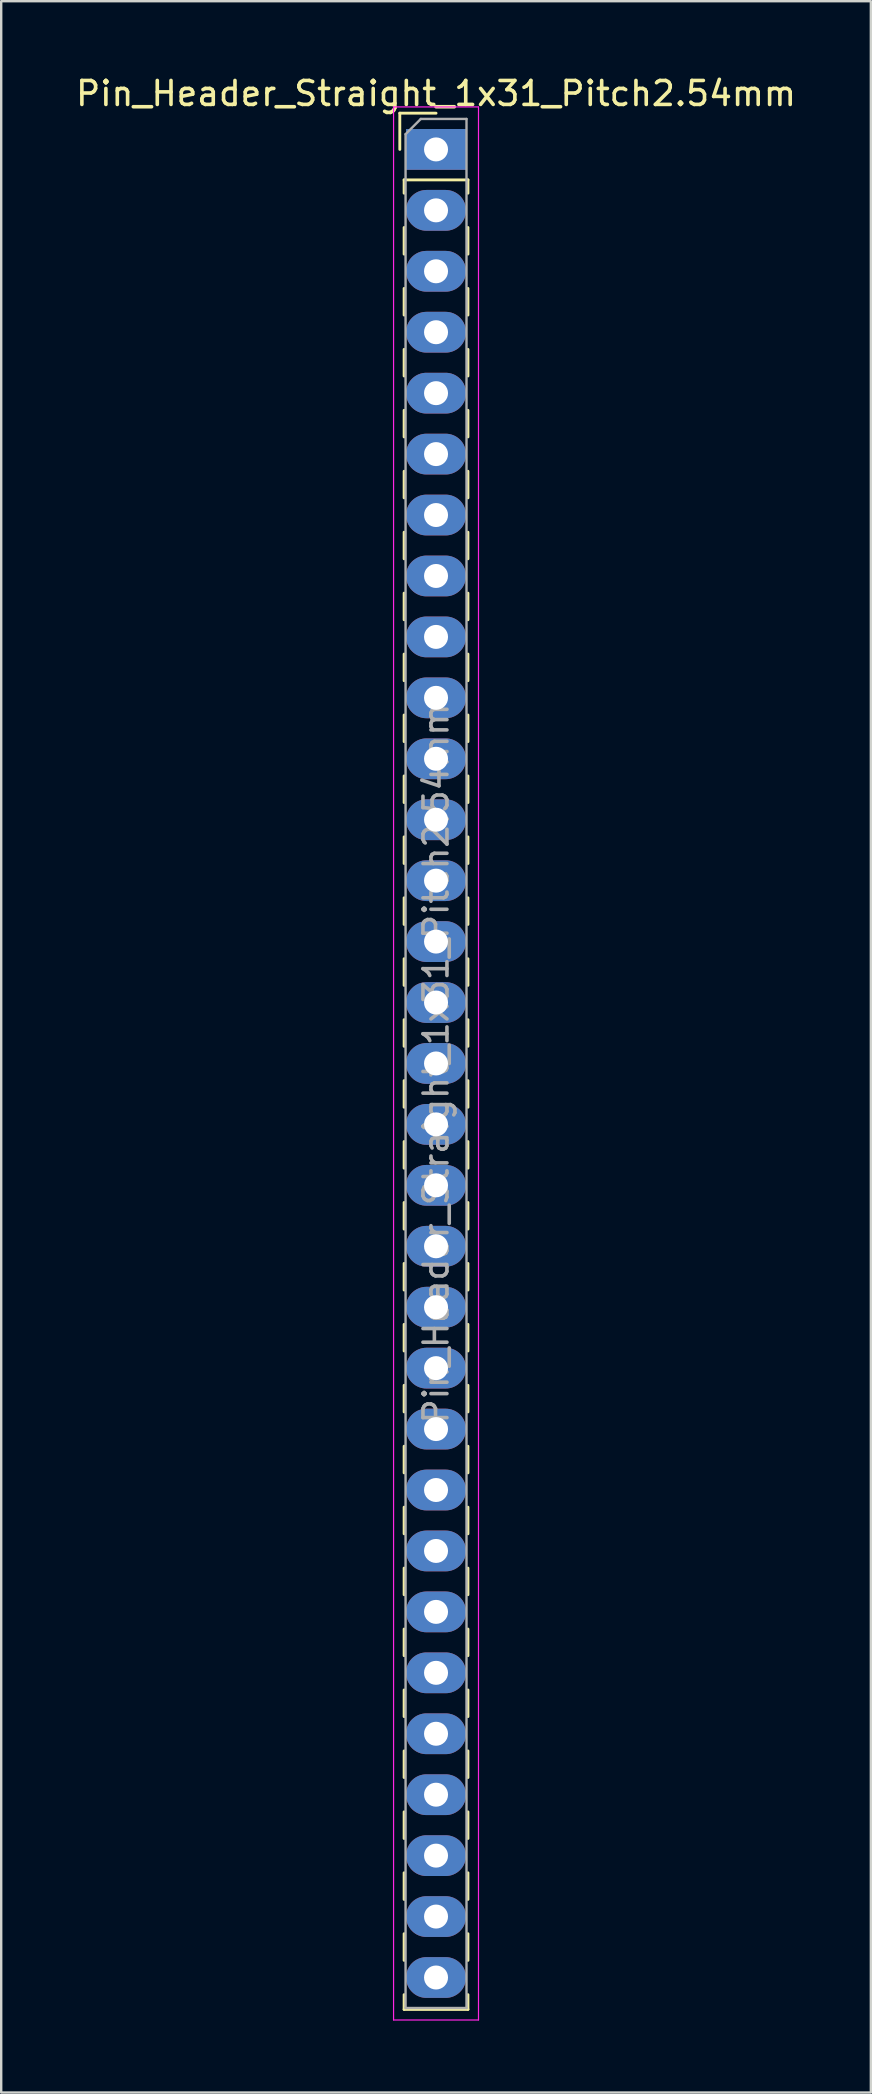
<source format=kicad_pcb>
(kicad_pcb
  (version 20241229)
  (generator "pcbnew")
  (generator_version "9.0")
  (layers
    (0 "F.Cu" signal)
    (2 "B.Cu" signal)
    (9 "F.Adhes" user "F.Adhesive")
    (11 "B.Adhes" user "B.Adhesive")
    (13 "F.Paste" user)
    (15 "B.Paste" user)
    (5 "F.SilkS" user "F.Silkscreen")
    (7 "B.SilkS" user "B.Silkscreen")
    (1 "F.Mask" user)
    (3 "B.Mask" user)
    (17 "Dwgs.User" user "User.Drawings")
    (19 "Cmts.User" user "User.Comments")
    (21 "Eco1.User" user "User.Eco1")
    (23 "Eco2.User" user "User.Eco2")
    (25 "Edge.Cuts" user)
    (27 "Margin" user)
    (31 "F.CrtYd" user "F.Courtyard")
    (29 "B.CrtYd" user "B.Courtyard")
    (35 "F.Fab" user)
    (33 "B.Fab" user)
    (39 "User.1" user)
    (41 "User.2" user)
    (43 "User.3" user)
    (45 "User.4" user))
  (footprint "Pin_Header_Straight_1x31_Pitch2.54mm"
    (layer "F.Cu")
    (at 15.125 3.178)
    (property "Reference" "Pin_Header_Straight_1x31_Pitch2.54mm" (at 0 -2.33 0) (layer "F.SilkS") (effects (font (size 1 1) (thickness 0.15))))
    (attr through_hole)
    (fp_line (start -1.51 -1.51) (end 0 -1.51) (stroke (width 0.12) (type solid)) (layer "F.SilkS"))
    (fp_line (start -1.51 0) (end -1.51 -1.51) (stroke (width 0.12) (type solid)) (layer "F.SilkS"))
    (fp_line (start -1.33 1.27) (end -1.33 1.825) (stroke (width 0.12) (type solid)) (layer "F.SilkS"))
    (fp_line (start -1.33 1.27) (end 1.33 1.27) (stroke (width 0.12) (type solid)) (layer "F.SilkS"))
    (fp_line (start -1.33 3.255) (end -1.33 4.365) (stroke (width 0.12) (type solid)) (layer "F.SilkS"))
    (fp_line (start -1.33 5.795) (end -1.33 6.905) (stroke (width 0.12) (type solid)) (layer "F.SilkS"))
    (fp_line (start -1.33 8.335) (end -1.33 9.445) (stroke (width 0.12) (type solid)) (layer "F.SilkS"))
    (fp_line (start -1.33 10.875) (end -1.33 11.985) (stroke (width 0.12) (type solid)) (layer "F.SilkS"))
    (fp_line (start -1.33 13.415) (end -1.33 14.525) (stroke (width 0.12) (type solid)) (layer "F.SilkS"))
    (fp_line (start -1.33 15.955) (end -1.33 17.065) (stroke (width 0.12) (type solid)) (layer "F.SilkS"))
    (fp_line (start -1.33 18.495) (end -1.33 19.605) (stroke (width 0.12) (type solid)) (layer "F.SilkS"))
    (fp_line (start -1.33 21.035) (end -1.33 22.145) (stroke (width 0.12) (type solid)) (layer "F.SilkS"))
    (fp_line (start -1.33 23.575) (end -1.33 24.685) (stroke (width 0.12) (type solid)) (layer "F.SilkS"))
    (fp_line (start -1.33 26.115) (end -1.33 27.225) (stroke (width 0.12) (type solid)) (layer "F.SilkS"))
    (fp_line (start -1.33 28.655) (end -1.33 29.765) (stroke (width 0.12) (type solid)) (layer "F.SilkS"))
    (fp_line (start -1.33 31.195) (end -1.33 32.305) (stroke (width 0.12) (type solid)) (layer "F.SilkS"))
    (fp_line (start -1.33 33.735) (end -1.33 34.845) (stroke (width 0.12) (type solid)) (layer "F.SilkS"))
    (fp_line (start -1.33 36.275) (end -1.33 37.385) (stroke (width 0.12) (type solid)) (layer "F.SilkS"))
    (fp_line (start -1.33 38.815) (end -1.33 39.925) (stroke (width 0.12) (type solid)) (layer "F.SilkS"))
    (fp_line (start -1.33 41.355) (end -1.33 42.465) (stroke (width 0.12) (type solid)) (layer "F.SilkS"))
    (fp_line (start -1.33 43.895) (end -1.33 45.005) (stroke (width 0.12) (type solid)) (layer "F.SilkS"))
    (fp_line (start -1.33 46.435) (end -1.33 47.545) (stroke (width 0.12) (type solid)) (layer "F.SilkS"))
    (fp_line (start -1.33 48.975) (end -1.33 50.085) (stroke (width 0.12) (type solid)) (layer "F.SilkS"))
    (fp_line (start -1.33 51.515) (end -1.33 52.625) (stroke (width 0.12) (type solid)) (layer "F.SilkS"))
    (fp_line (start -1.33 54.055) (end -1.33 55.165) (stroke (width 0.12) (type solid)) (layer "F.SilkS"))
    (fp_line (start -1.33 56.595) (end -1.33 57.705) (stroke (width 0.12) (type solid)) (layer "F.SilkS"))
    (fp_line (start -1.33 59.135) (end -1.33 60.245) (stroke (width 0.12) (type solid)) (layer "F.SilkS"))
    (fp_line (start -1.33 61.675) (end -1.33 62.785) (stroke (width 0.12) (type solid)) (layer "F.SilkS"))
    (fp_line (start -1.33 64.215) (end -1.33 65.325) (stroke (width 0.12) (type solid)) (layer "F.SilkS"))
    (fp_line (start -1.33 66.755) (end -1.33 67.865) (stroke (width 0.12) (type solid)) (layer "F.SilkS"))
    (fp_line (start -1.33 69.295) (end -1.33 70.405) (stroke (width 0.12) (type solid)) (layer "F.SilkS"))
    (fp_line (start -1.33 71.835) (end -1.33 72.945) (stroke (width 0.12) (type solid)) (layer "F.SilkS"))
    (fp_line (start -1.33 74.375) (end -1.33 75.485) (stroke (width 0.12) (type solid)) (layer "F.SilkS"))
    (fp_line (start -1.33 76.915) (end -1.33 77.53) (stroke (width 0.12) (type solid)) (layer "F.SilkS"))
    (fp_line (start -1.33 77.53) (end 1.33 77.53) (stroke (width 0.12) (type solid)) (layer "F.SilkS"))
    (fp_line (start 1.33 1.27) (end 1.33 1.825) (stroke (width 0.12) (type solid)) (layer "F.SilkS"))
    (fp_line (start 1.33 3.255) (end 1.33 4.365) (stroke (width 0.12) (type solid)) (layer "F.SilkS"))
    (fp_line (start 1.33 5.795) (end 1.33 6.905) (stroke (width 0.12) (type solid)) (layer "F.SilkS"))
    (fp_line (start 1.33 8.335) (end 1.33 9.445) (stroke (width 0.12) (type solid)) (layer "F.SilkS"))
    (fp_line (start 1.33 10.875) (end 1.33 11.985) (stroke (width 0.12) (type solid)) (layer "F.SilkS"))
    (fp_line (start 1.33 13.415) (end 1.33 14.525) (stroke (width 0.12) (type solid)) (layer "F.SilkS"))
    (fp_line (start 1.33 15.955) (end 1.33 17.065) (stroke (width 0.12) (type solid)) (layer "F.SilkS"))
    (fp_line (start 1.33 18.495) (end 1.33 19.605) (stroke (width 0.12) (type solid)) (layer "F.SilkS"))
    (fp_line (start 1.33 21.035) (end 1.33 22.145) (stroke (width 0.12) (type solid)) (layer "F.SilkS"))
    (fp_line (start 1.33 23.575) (end 1.33 24.685) (stroke (width 0.12) (type solid)) (layer "F.SilkS"))
    (fp_line (start 1.33 26.115) (end 1.33 27.225) (stroke (width 0.12) (type solid)) (layer "F.SilkS"))
    (fp_line (start 1.33 28.655) (end 1.33 29.765) (stroke (width 0.12) (type solid)) (layer "F.SilkS"))
    (fp_line (start 1.33 31.195) (end 1.33 32.305) (stroke (width 0.12) (type solid)) (layer "F.SilkS"))
    (fp_line (start 1.33 33.735) (end 1.33 34.845) (stroke (width 0.12) (type solid)) (layer "F.SilkS"))
    (fp_line (start 1.33 36.275) (end 1.33 37.385) (stroke (width 0.12) (type solid)) (layer "F.SilkS"))
    (fp_line (start 1.33 38.815) (end 1.33 39.925) (stroke (width 0.12) (type solid)) (layer "F.SilkS"))
    (fp_line (start 1.33 41.355) (end 1.33 42.465) (stroke (width 0.12) (type solid)) (layer "F.SilkS"))
    (fp_line (start 1.33 43.895) (end 1.33 45.005) (stroke (width 0.12) (type solid)) (layer "F.SilkS"))
    (fp_line (start 1.33 46.435) (end 1.33 47.545) (stroke (width 0.12) (type solid)) (layer "F.SilkS"))
    (fp_line (start 1.33 48.975) (end 1.33 50.085) (stroke (width 0.12) (type solid)) (layer "F.SilkS"))
    (fp_line (start 1.33 51.515) (end 1.33 52.625) (stroke (width 0.12) (type solid)) (layer "F.SilkS"))
    (fp_line (start 1.33 54.055) (end 1.33 55.165) (stroke (width 0.12) (type solid)) (layer "F.SilkS"))
    (fp_line (start 1.33 56.595) (end 1.33 57.705) (stroke (width 0.12) (type solid)) (layer "F.SilkS"))
    (fp_line (start 1.33 59.135) (end 1.33 60.245) (stroke (width 0.12) (type solid)) (layer "F.SilkS"))
    (fp_line (start 1.33 61.675) (end 1.33 62.785) (stroke (width 0.12) (type solid)) (layer "F.SilkS"))
    (fp_line (start 1.33 64.215) (end 1.33 65.325) (stroke (width 0.12) (type solid)) (layer "F.SilkS"))
    (fp_line (start 1.33 66.755) (end 1.33 67.865) (stroke (width 0.12) (type solid)) (layer "F.SilkS"))
    (fp_line (start 1.33 69.295) (end 1.33 70.405) (stroke (width 0.12) (type solid)) (layer "F.SilkS"))
    (fp_line (start 1.33 71.835) (end 1.33 72.945) (stroke (width 0.12) (type solid)) (layer "F.SilkS"))
    (fp_line (start 1.33 74.375) (end 1.33 75.485) (stroke (width 0.12) (type solid)) (layer "F.SilkS"))
    (fp_line (start 1.33 76.915) (end 1.33 77.53) (stroke (width 0.12) (type solid)) (layer "F.SilkS"))
    (fp_line (start -1.77 -1.77) (end -1.77 77.97) (stroke (width 0.05) (type solid)) (layer "F.CrtYd"))
    (fp_line (start -1.77 77.97) (end 1.77 77.97) (stroke (width 0.05) (type solid)) (layer "F.CrtYd"))
    (fp_line (start 1.77 -1.77) (end -1.77 -1.77) (stroke (width 0.05) (type solid)) (layer "F.CrtYd"))
    (fp_line (start 1.77 77.97) (end 1.77 -1.77) (stroke (width 0.05) (type solid)) (layer "F.CrtYd"))
    (fp_line (start -1.27 -0.635) (end -0.635 -1.27) (stroke (width 0.1) (type solid)) (layer "F.Fab"))
    (fp_line (start -1.27 77.47) (end -1.27 -0.635) (stroke (width 0.1) (type solid)) (layer "F.Fab"))
    (fp_line (start -0.635 -1.27) (end 1.27 -1.27) (stroke (width 0.1) (type solid)) (layer "F.Fab"))
    (fp_line (start 1.27 -1.27) (end 1.27 77.47) (stroke (width 0.1) (type solid)) (layer "F.Fab"))
    (fp_line (start 1.27 77.47) (end -1.27 77.47) (stroke (width 0.1) (type solid)) (layer "F.Fab"))
    (fp_text user "${REFERENCE}" (at 0 38.1 90) (layer "F.Fab") (effects (font (size 1 1) (thickness 0.15))))
    (pad "1" thru_hole rect (at 0 0) (size 2.5 1.7) (drill 1) (layers "*.Cu" "*.Mask"))
    (pad "2" thru_hole oval (at 0 2.54) (size 2.5 1.7) (drill 1) (layers "*.Cu" "*.Mask"))
    (pad "3" thru_hole oval (at 0 5.08) (size 2.5 1.7) (drill 1) (layers "*.Cu" "*.Mask"))
    (pad "4" thru_hole oval (at 0 7.62) (size 2.5 1.7) (drill 1) (layers "*.Cu" "*.Mask"))
    (pad "5" thru_hole oval (at 0 10.16) (size 2.5 1.7) (drill 1) (layers "*.Cu" "*.Mask"))
    (pad "6" thru_hole oval (at 0 12.7) (size 2.5 1.7) (drill 1) (layers "*.Cu" "*.Mask"))
    (pad "7" thru_hole oval (at 0 15.24) (size 2.5 1.7) (drill 1) (layers "*.Cu" "*.Mask"))
    (pad "8" thru_hole oval (at 0 17.78) (size 2.5 1.7) (drill 1) (layers "*.Cu" "*.Mask"))
    (pad "9" thru_hole oval (at 0 20.32) (size 2.5 1.7) (drill 1) (layers "*.Cu" "*.Mask"))
    (pad "10" thru_hole oval (at 0 22.86) (size 2.5 1.7) (drill 1) (layers "*.Cu" "*.Mask"))
    (pad "11" thru_hole oval (at 0 25.4) (size 2.5 1.7) (drill 1) (layers "*.Cu" "*.Mask"))
    (pad "12" thru_hole oval (at 0 27.94) (size 2.5 1.7) (drill 1) (layers "*.Cu" "*.Mask"))
    (pad "13" thru_hole oval (at 0 30.48) (size 2.5 1.7) (drill 1) (layers "*.Cu" "*.Mask"))
    (pad "14" thru_hole oval (at 0 33.02) (size 2.5 1.7) (drill 1) (layers "*.Cu" "*.Mask"))
    (pad "15" thru_hole oval (at 0 35.56) (size 2.5 1.7) (drill 1) (layers "*.Cu" "*.Mask"))
    (pad "16" thru_hole oval (at 0 38.1) (size 2.5 1.7) (drill 1) (layers "*.Cu" "*.Mask"))
    (pad "17" thru_hole oval (at 0 40.64) (size 2.5 1.7) (drill 1) (layers "*.Cu" "*.Mask"))
    (pad "18" thru_hole oval (at 0 43.18) (size 2.5 1.7) (drill 1) (layers "*.Cu" "*.Mask"))
    (pad "19" thru_hole oval (at 0 45.72) (size 2.5 1.7) (drill 1) (layers "*.Cu" "*.Mask"))
    (pad "20" thru_hole oval (at 0 48.26) (size 2.5 1.7) (drill 1) (layers "*.Cu" "*.Mask"))
    (pad "21" thru_hole oval (at 0 50.8) (size 2.5 1.7) (drill 1) (layers "*.Cu" "*.Mask"))
    (pad "22" thru_hole oval (at 0 53.34) (size 2.5 1.7) (drill 1) (layers "*.Cu" "*.Mask"))
    (pad "23" thru_hole oval (at 0 55.88) (size 2.5 1.7) (drill 1) (layers "*.Cu" "*.Mask"))
    (pad "24" thru_hole oval (at 0 58.42) (size 2.5 1.7) (drill 1) (layers "*.Cu" "*.Mask"))
    (pad "25" thru_hole oval (at 0 60.96) (size 2.5 1.7) (drill 1) (layers "*.Cu" "*.Mask"))
    (pad "26" thru_hole oval (at 0 63.5) (size 2.5 1.7) (drill 1) (layers "*.Cu" "*.Mask"))
    (pad "27" thru_hole oval (at 0 66.04) (size 2.5 1.7) (drill 1) (layers "*.Cu" "*.Mask"))
    (pad "28" thru_hole oval (at 0 68.58) (size 2.5 1.7) (drill 1) (layers "*.Cu" "*.Mask"))
    (pad "29" thru_hole oval (at 0 71.12) (size 2.5 1.7) (drill 1) (layers "*.Cu" "*.Mask"))
    (pad "30" thru_hole oval (at 0 73.66) (size 2.5 1.7) (drill 1) (layers "*.Cu" "*.Mask"))
    (pad "31" thru_hole oval (at 0 76.2) (size 2.5 1.7) (drill 1) (layers "*.Cu" "*.Mask")))
  (gr_rect
    (start -3 -3)
    (end 33.25 84.173)
    (stroke (width 0.1) (type default))
    (fill no)
    (layer "Edge.Cuts")))
</source>
